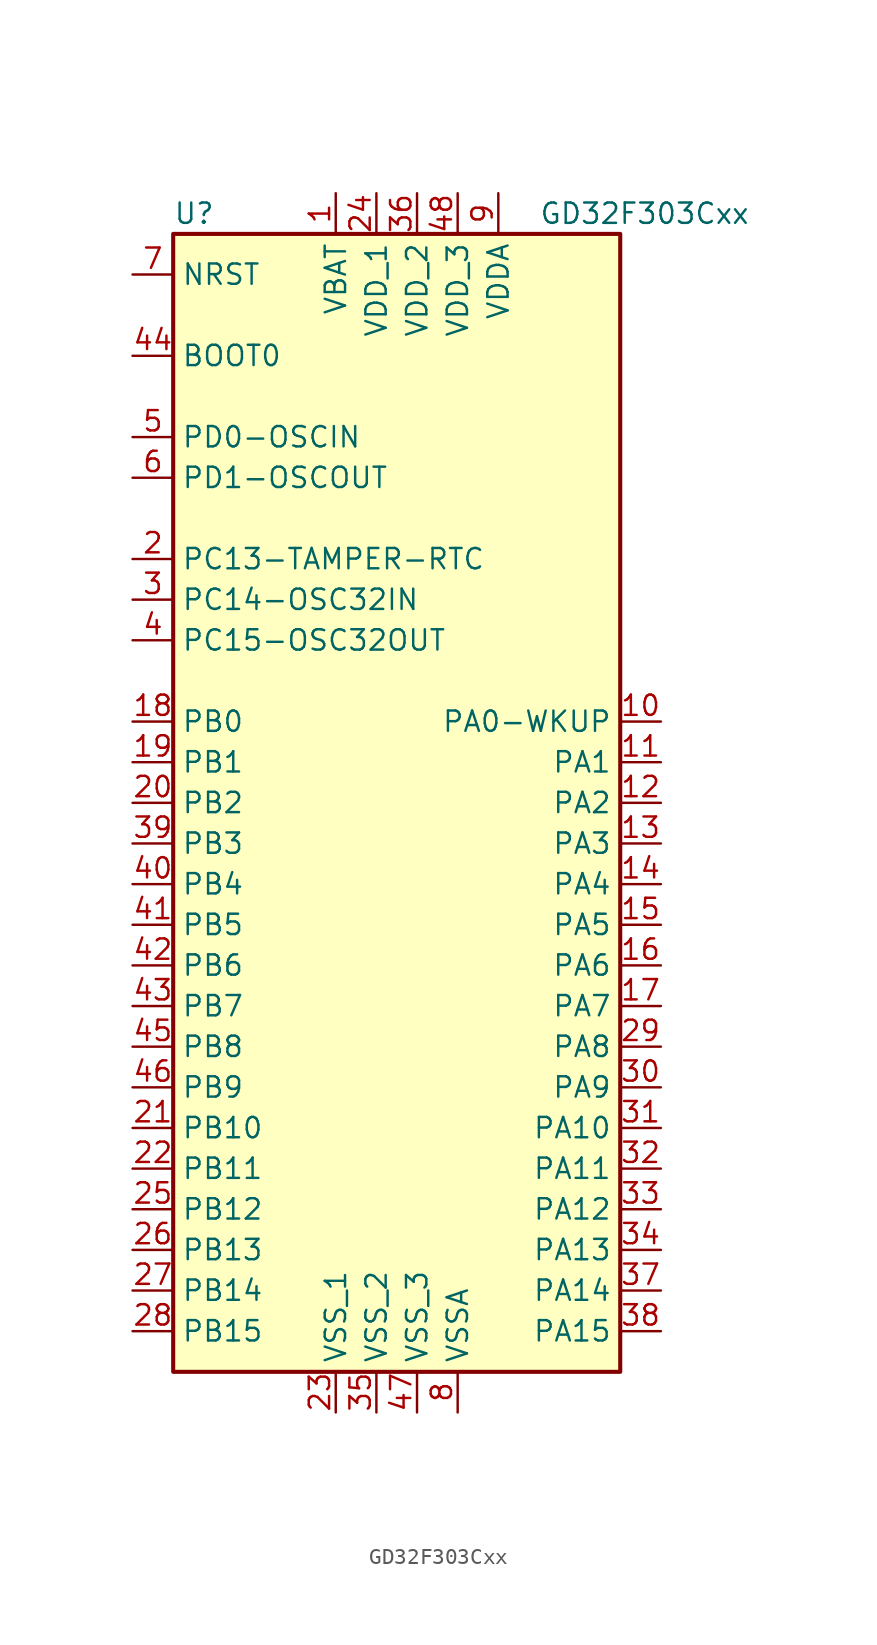
<source format=kicad_sym>
(kicad_symbol_lib
  (version 20201005)
  (generator kicad_symbol_editor)
  (symbol "gd32f303:GD32F303Cxx"
    (property "Reference" "U"
      (at -15.24 36.83 0)
      (effects (font (size 1.27 1.27)) (justify left)))
    (property "Value" "GD32F303Cxx"
      (at 7.62 36.83 0)
      (effects (font (size 1.27 1.27)) (justify left)))
    (symbol "GD32F303Cxx_0_1"
      (rectangle (start -15.24 -35.56) (end 12.7 35.56) (stroke (width 0.254)) (fill (type background))))
    (symbol "GD32F303Cxx_1_1"
      (pin power_in line (at -5.08 38.1 270) (length 2.54) (name "VBAT" (effects (font (size 1.27 1.27)))) (number "1" (effects (font (size 1.27 1.27)))))
      (pin bidirectional line (at 15.24 5.08 180) (length 2.54) (name "PA0-WKUP" (effects (font (size 1.27 1.27)))) (number "10" (effects (font (size 1.27 1.27)))))
      (pin bidirectional line (at 15.24 2.54 180) (length 2.54) (name "PA1" (effects (font (size 1.27 1.27)))) (number "11" (effects (font (size 1.27 1.27)))))
      (pin bidirectional line (at 15.24 0 180) (length 2.54) (name "PA2" (effects (font (size 1.27 1.27)))) (number "12" (effects (font (size 1.27 1.27)))))
      (pin bidirectional line (at 15.24 -2.54 180) (length 2.54) (name "PA3" (effects (font (size 1.27 1.27)))) (number "13" (effects (font (size 1.27 1.27)))))
      (pin bidirectional line (at 15.24 -5.08 180) (length 2.54) (name "PA4" (effects (font (size 1.27 1.27)))) (number "14" (effects (font (size 1.27 1.27)))))
      (pin bidirectional line (at 15.24 -7.62 180) (length 2.54) (name "PA5" (effects (font (size 1.27 1.27)))) (number "15" (effects (font (size 1.27 1.27)))))
      (pin bidirectional line (at 15.24 -10.16 180) (length 2.54) (name "PA6" (effects (font (size 1.27 1.27)))) (number "16" (effects (font (size 1.27 1.27)))))
      (pin bidirectional line (at 15.24 -12.7 180) (length 2.54) (name "PA7" (effects (font (size 1.27 1.27)))) (number "17" (effects (font (size 1.27 1.27)))))
      (pin bidirectional line (at -17.78 5.08 0) (length 2.54) (name "PB0" (effects (font (size 1.27 1.27)))) (number "18" (effects (font (size 1.27 1.27)))))
      (pin bidirectional line (at -17.78 2.54 0) (length 2.54) (name "PB1" (effects (font (size 1.27 1.27)))) (number "19" (effects (font (size 1.27 1.27)))))
      (pin bidirectional line (at -17.78 15.24 0) (length 2.54) (name "PC13-TAMPER-RTC" (effects (font (size 1.27 1.27)))) (number "2" (effects (font (size 1.27 1.27)))))
      (pin bidirectional line (at -17.78 0 0) (length 2.54) (name "PB2" (effects (font (size 1.27 1.27)))) (number "20" (effects (font (size 1.27 1.27)))))
      (pin bidirectional line (at -17.78 -20.32 0) (length 2.54) (name "PB10" (effects (font (size 1.27 1.27)))) (number "21" (effects (font (size 1.27 1.27)))))
      (pin bidirectional line (at -17.78 -22.86 0) (length 2.54) (name "PB11" (effects (font (size 1.27 1.27)))) (number "22" (effects (font (size 1.27 1.27)))))
      (pin power_in line (at -5.08 -38.1 90) (length 2.54) (name "VSS_1" (effects (font (size 1.27 1.27)))) (number "23" (effects (font (size 1.27 1.27)))))
      (pin power_in line (at -2.54 38.1 270) (length 2.54) (name "VDD_1" (effects (font (size 1.27 1.27)))) (number "24" (effects (font (size 1.27 1.27)))))
      (pin bidirectional line (at -17.78 -25.4 0) (length 2.54) (name "PB12" (effects (font (size 1.27 1.27)))) (number "25" (effects (font (size 1.27 1.27)))))
      (pin bidirectional line (at -17.78 -27.94 0) (length 2.54) (name "PB13" (effects (font (size 1.27 1.27)))) (number "26" (effects (font (size 1.27 1.27)))))
      (pin bidirectional line (at -17.78 -30.48 0) (length 2.54) (name "PB14" (effects (font (size 1.27 1.27)))) (number "27" (effects (font (size 1.27 1.27)))))
      (pin bidirectional line (at -17.78 -33.02 0) (length 2.54) (name "PB15" (effects (font (size 1.27 1.27)))) (number "28" (effects (font (size 1.27 1.27)))))
      (pin bidirectional line (at 15.24 -15.24 180) (length 2.54) (name "PA8" (effects (font (size 1.27 1.27)))) (number "29" (effects (font (size 1.27 1.27)))))
      (pin bidirectional line (at -17.78 12.7 0) (length 2.54) (name "PC14-OSC32IN" (effects (font (size 1.27 1.27)))) (number "3" (effects (font (size 1.27 1.27)))))
      (pin bidirectional line (at 15.24 -17.78 180) (length 2.54) (name "PA9" (effects (font (size 1.27 1.27)))) (number "30" (effects (font (size 1.27 1.27)))))
      (pin bidirectional line (at 15.24 -20.32 180) (length 2.54) (name "PA10" (effects (font (size 1.27 1.27)))) (number "31" (effects (font (size 1.27 1.27)))))
      (pin bidirectional line (at 15.24 -22.86 180) (length 2.54) (name "PA11" (effects (font (size 1.27 1.27)))) (number "32" (effects (font (size 1.27 1.27)))))
      (pin bidirectional line (at 15.24 -25.4 180) (length 2.54) (name "PA12" (effects (font (size 1.27 1.27)))) (number "33" (effects (font (size 1.27 1.27)))))
      (pin bidirectional line (at 15.24 -27.94 180) (length 2.54) (name "PA13" (effects (font (size 1.27 1.27)))) (number "34" (effects (font (size 1.27 1.27)))))
      (pin power_in line (at -2.54 -38.1 90) (length 2.54) (name "VSS_2" (effects (font (size 1.27 1.27)))) (number "35" (effects (font (size 1.27 1.27)))))
      (pin power_in line (at 0 38.1 270) (length 2.54) (name "VDD_2" (effects (font (size 1.27 1.27)))) (number "36" (effects (font (size 1.27 1.27)))))
      (pin bidirectional line (at 15.24 -30.48 180) (length 2.54) (name "PA14" (effects (font (size 1.27 1.27)))) (number "37" (effects (font (size 1.27 1.27)))))
      (pin bidirectional line (at 15.24 -33.02 180) (length 2.54) (name "PA15" (effects (font (size 1.27 1.27)))) (number "38" (effects (font (size 1.27 1.27)))))
      (pin bidirectional line (at -17.78 -2.54 0) (length 2.54) (name "PB3" (effects (font (size 1.27 1.27)))) (number "39" (effects (font (size 1.27 1.27)))))
      (pin bidirectional line (at -17.78 10.16 0) (length 2.54) (name "PC15-OSC32OUT" (effects (font (size 1.27 1.27)))) (number "4" (effects (font (size 1.27 1.27)))))
      (pin bidirectional line (at -17.78 -5.08 0) (length 2.54) (name "PB4" (effects (font (size 1.27 1.27)))) (number "40" (effects (font (size 1.27 1.27)))))
      (pin bidirectional line (at -17.78 -7.62 0) (length 2.54) (name "PB5" (effects (font (size 1.27 1.27)))) (number "41" (effects (font (size 1.27 1.27)))))
      (pin bidirectional line (at -17.78 -10.16 0) (length 2.54) (name "PB6" (effects (font (size 1.27 1.27)))) (number "42" (effects (font (size 1.27 1.27)))))
      (pin bidirectional line (at -17.78 -12.7 0) (length 2.54) (name "PB7" (effects (font (size 1.27 1.27)))) (number "43" (effects (font (size 1.27 1.27)))))
      (pin input line (at -17.78 27.94 0) (length 2.54) (name "BOOT0" (effects (font (size 1.27 1.27)))) (number "44" (effects (font (size 1.27 1.27)))))
      (pin bidirectional line (at -17.78 -15.24 0) (length 2.54) (name "PB8" (effects (font (size 1.27 1.27)))) (number "45" (effects (font (size 1.27 1.27)))))
      (pin bidirectional line (at -17.78 -17.78 0) (length 2.54) (name "PB9" (effects (font (size 1.27 1.27)))) (number "46" (effects (font (size 1.27 1.27)))))
      (pin power_in line (at 0 -38.1 90) (length 2.54) (name "VSS_3" (effects (font (size 1.27 1.27)))) (number "47" (effects (font (size 1.27 1.27)))))
      (pin power_in line (at 2.54 38.1 270) (length 2.54) (name "VDD_3" (effects (font (size 1.27 1.27)))) (number "48" (effects (font (size 1.27 1.27)))))
      (pin input line (at -17.78 22.86 0) (length 2.54) (name "PD0-OSCIN" (effects (font (size 1.27 1.27)))) (number "5" (effects (font (size 1.27 1.27)))))
      (pin input line (at -17.78 20.32 0) (length 2.54) (name "PD1-OSCOUT" (effects (font (size 1.27 1.27)))) (number "6" (effects (font (size 1.27 1.27)))))
      (pin input line (at -17.78 33.02 0) (length 2.54) (name "NRST" (effects (font (size 1.27 1.27)))) (number "7" (effects (font (size 1.27 1.27)))))
      (pin power_in line (at 2.54 -38.1 90) (length 2.54) (name "VSSA" (effects (font (size 1.27 1.27)))) (number "8" (effects (font (size 1.27 1.27)))))
      (pin power_in line (at 5.08 38.1 270) (length 2.54) (name "VDDA" (effects (font (size 1.27 1.27)))) (number "9" (effects (font (size 1.27 1.27))))))))
</source>
